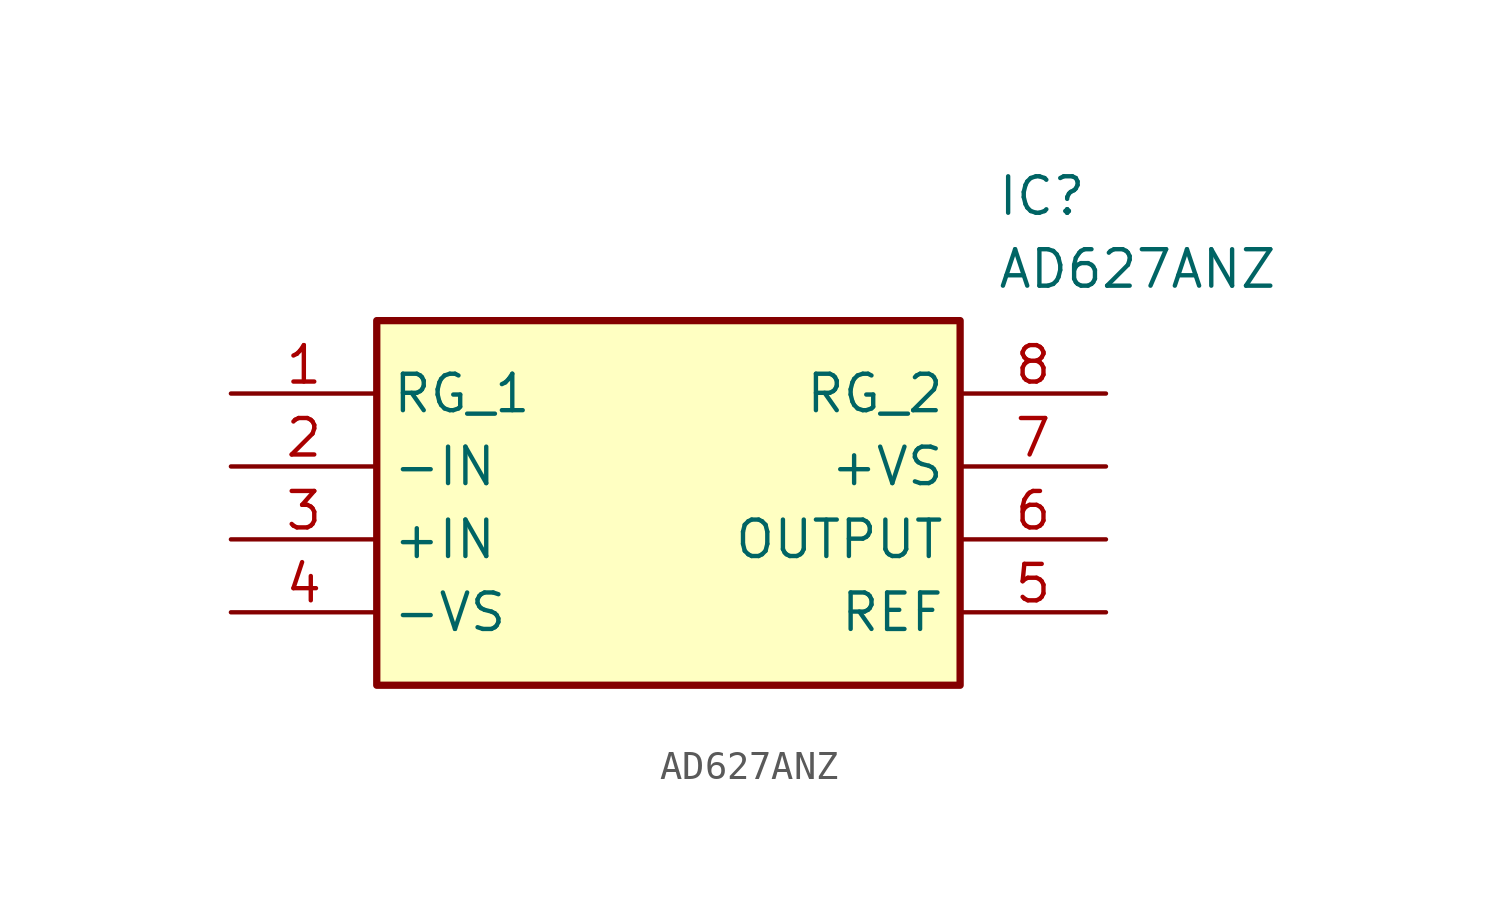
<source format=kicad_sym>
(kicad_symbol_lib
  (version 20211014)
  (generator SamacSys_ECAD_Model)
  (symbol "AD627ANZ"
    (property "Reference" "IC"
      (at 26.67 7.62 0)
      (effects (font (size 1.27 1.27)) (justify left top)))
    (property "Value" "AD627ANZ"
      (at 26.67 5.08 0)
      (effects (font (size 1.27 1.27)) (justify left top)))
    (rectangle
      (start 5.08 2.54)
      (end 25.4 -10.16)
      (stroke (width 0.254) (type default))
      (fill (type background)))
    (pin passive line
      (at 0 0 0)
      (length 5.08)
      (name "RG_1" (effects (font (size 1.27 1.27))))
      (number "1" (effects (font (size 1.27 1.27)))))
    (pin passive line
      (at 0 -2.54 0)
      (length 5.08)
      (name "-IN" (effects (font (size 1.27 1.27))))
      (number "2" (effects (font (size 1.27 1.27)))))
    (pin passive line
      (at 0 -5.08 0)
      (length 5.08)
      (name "+IN" (effects (font (size 1.27 1.27))))
      (number "3" (effects (font (size 1.27 1.27)))))
    (pin passive line
      (at 0 -7.62 0)
      (length 5.08)
      (name "-VS" (effects (font (size 1.27 1.27))))
      (number "4" (effects (font (size 1.27 1.27)))))
    (pin passive line
      (at 30.48 0 180)
      (length 5.08)
      (name "RG_2" (effects (font (size 1.27 1.27))))
      (number "8" (effects (font (size 1.27 1.27)))))
    (pin passive line
      (at 30.48 -2.54 180)
      (length 5.08)
      (name "+VS" (effects (font (size 1.27 1.27))))
      (number "7" (effects (font (size 1.27 1.27)))))
    (pin passive line
      (at 30.48 -5.08 180)
      (length 5.08)
      (name "OUTPUT" (effects (font (size 1.27 1.27))))
      (number "6" (effects (font (size 1.27 1.27)))))
    (pin passive line
      (at 30.48 -7.62 180)
      (length 5.08)
      (name "REF" (effects (font (size 1.27 1.27))))
      (number "5" (effects (font (size 1.27 1.27)))))))
</source>
